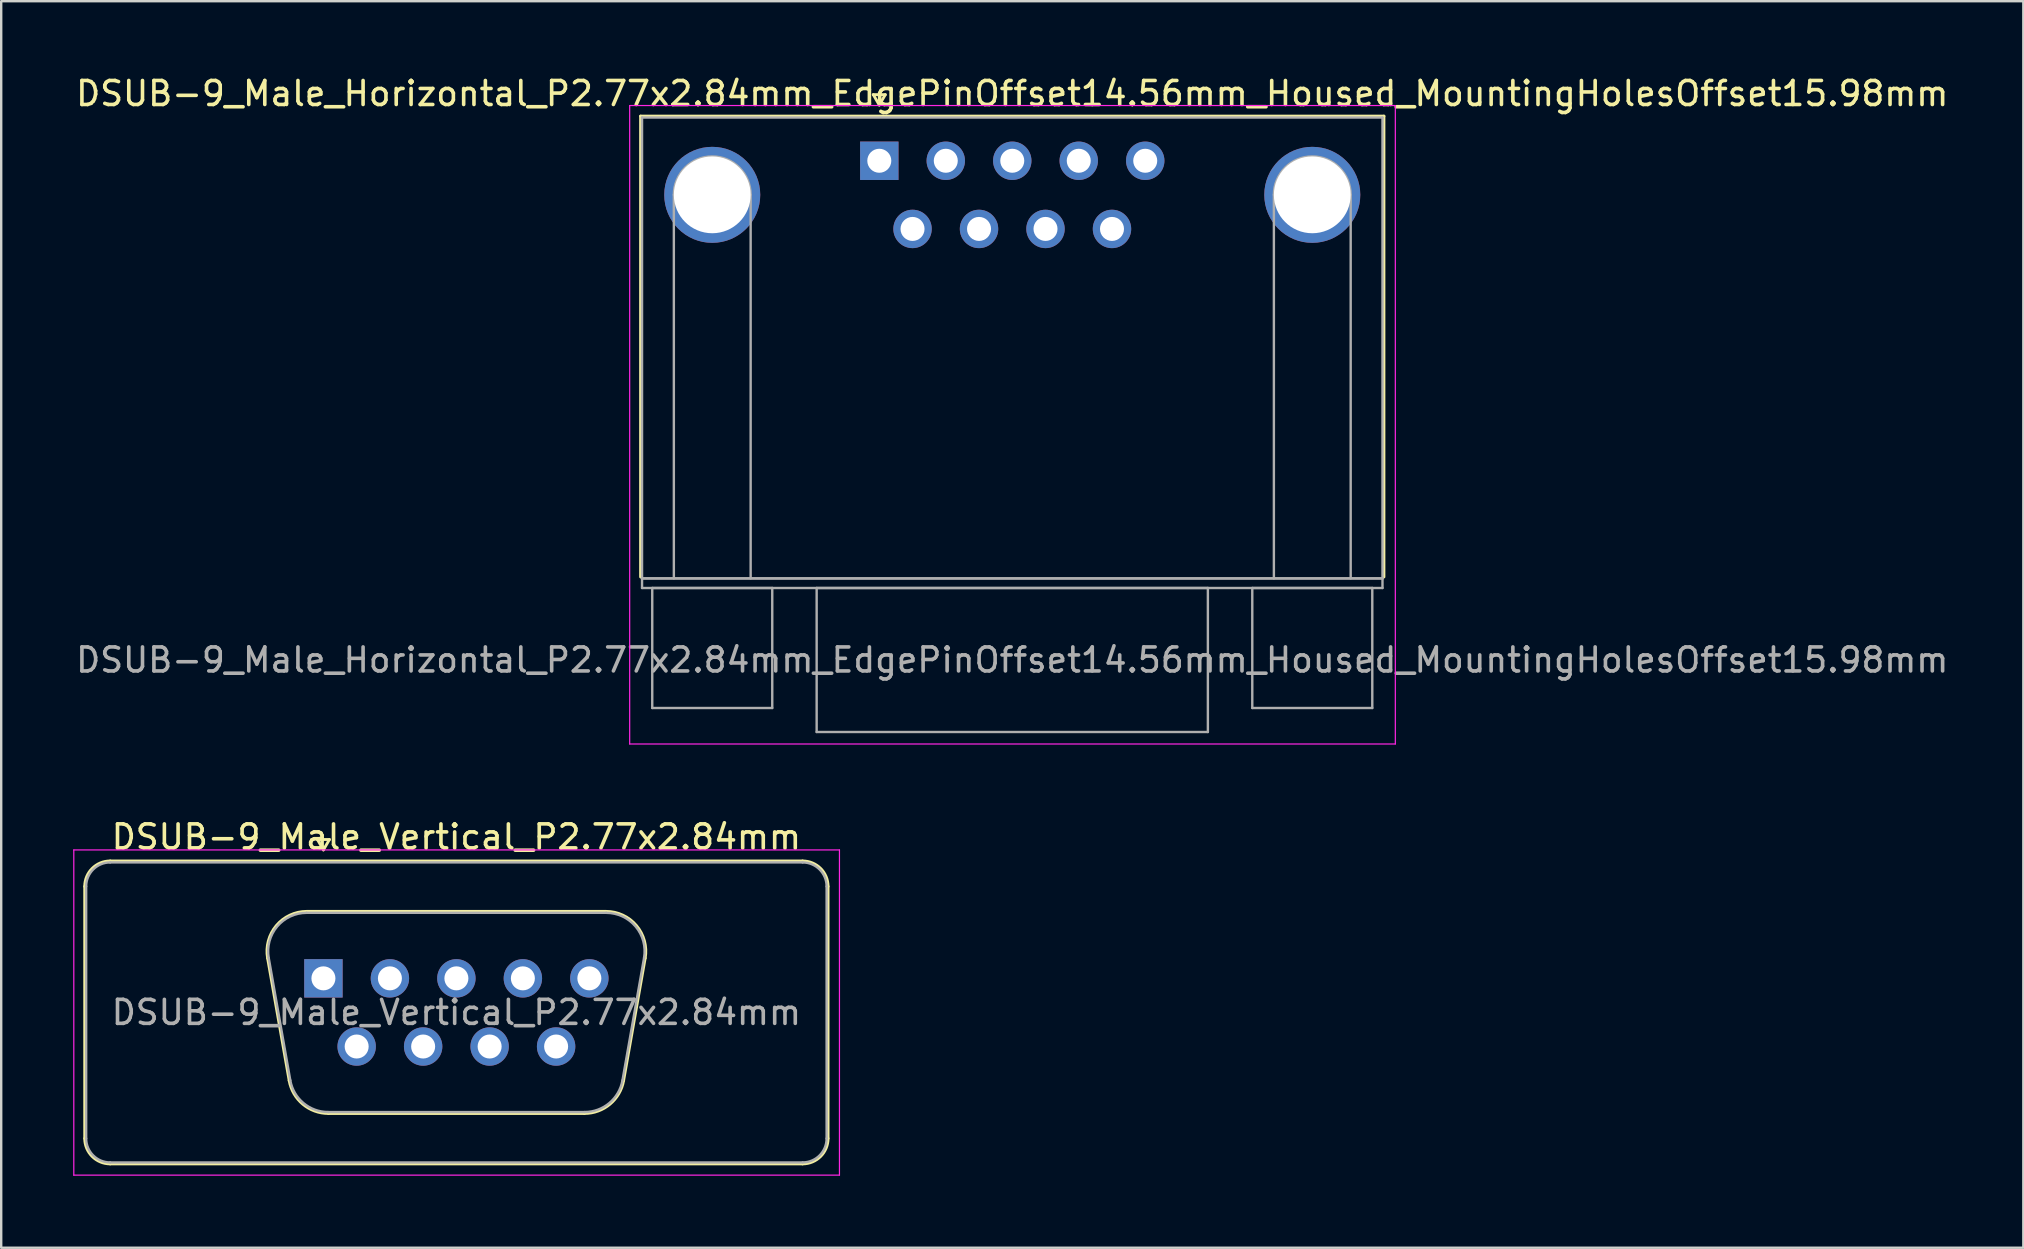
<source format=kicad_pcb>
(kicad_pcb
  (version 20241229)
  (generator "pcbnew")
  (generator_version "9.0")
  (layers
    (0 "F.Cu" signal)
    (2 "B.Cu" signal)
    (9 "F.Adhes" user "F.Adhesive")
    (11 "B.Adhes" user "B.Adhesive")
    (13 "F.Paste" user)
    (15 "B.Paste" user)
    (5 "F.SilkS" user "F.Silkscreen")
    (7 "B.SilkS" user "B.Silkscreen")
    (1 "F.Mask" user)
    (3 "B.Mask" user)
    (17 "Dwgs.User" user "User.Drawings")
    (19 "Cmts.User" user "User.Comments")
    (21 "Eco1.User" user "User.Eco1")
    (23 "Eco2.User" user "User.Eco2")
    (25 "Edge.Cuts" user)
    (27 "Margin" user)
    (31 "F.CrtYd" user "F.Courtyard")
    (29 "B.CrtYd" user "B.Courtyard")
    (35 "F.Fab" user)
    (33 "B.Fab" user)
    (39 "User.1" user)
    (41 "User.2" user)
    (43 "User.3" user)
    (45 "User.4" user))
  (footprint "DSUB-9_Male_Horizontal_P2.77x2.84mm_EdgePinOffset14.56mm_Housed_MountingHolesOffset15.98mm"
    (layer "F.Cu")
    (at 33.585 3.648)
    (property "Reference" "DSUB-9_Male_Horizontal_P2.77x2.84mm_EdgePinOffset14.56mm_Housed_MountingHolesOffset15.98mm" (at 5.54 -2.8 0) (layer "F.SilkS") (effects (font (size 1 1) (thickness 0.15))))
    (attr through_hole)
    (fp_line (start -9.945 -1.86) (end 21.025 -1.86) (stroke (width 0.12) (type solid)) (layer "F.SilkS"))
    (fp_line (start -9.945 17.34) (end -9.945 -1.86) (stroke (width 0.12) (type solid)) (layer "F.SilkS"))
    (fp_line (start -0.25 -2.754) (end 0.25 -2.754) (stroke (width 0.12) (type solid)) (layer "F.SilkS"))
    (fp_line (start 0 -2.321) (end -0.25 -2.754) (stroke (width 0.12) (type solid)) (layer "F.SilkS"))
    (fp_line (start 0.25 -2.754) (end 0 -2.321) (stroke (width 0.12) (type solid)) (layer "F.SilkS"))
    (fp_line (start 21.025 -1.86) (end 21.025 17.34) (stroke (width 0.12) (type solid)) (layer "F.SilkS"))
    (fp_line (start -10.4 -2.3) (end -10.4 24.3) (stroke (width 0.05) (type solid)) (layer "F.CrtYd"))
    (fp_line (start -10.4 24.3) (end 21.5 24.3) (stroke (width 0.05) (type solid)) (layer "F.CrtYd"))
    (fp_line (start 21.5 -2.3) (end -10.4 -2.3) (stroke (width 0.05) (type solid)) (layer "F.CrtYd"))
    (fp_line (start 21.5 24.3) (end 21.5 -2.3) (stroke (width 0.05) (type solid)) (layer "F.CrtYd"))
    (fp_line (start -9.885 -1.8) (end -9.885 17.4) (stroke (width 0.1) (type solid)) (layer "F.Fab"))
    (fp_line (start -9.885 17.4) (end -9.885 17.8) (stroke (width 0.1) (type solid)) (layer "F.Fab"))
    (fp_line (start -9.885 17.4) (end 20.965 17.4) (stroke (width 0.1) (type solid)) (layer "F.Fab"))
    (fp_line (start -9.885 17.8) (end 20.965 17.8) (stroke (width 0.1) (type solid)) (layer "F.Fab"))
    (fp_line (start -9.46 17.8) (end -9.46 22.8) (stroke (width 0.1) (type solid)) (layer "F.Fab"))
    (fp_line (start -9.46 22.8) (end -4.46 22.8) (stroke (width 0.1) (type solid)) (layer "F.Fab"))
    (fp_line (start -8.56 17.4) (end -8.56 1.42) (stroke (width 0.1) (type solid)) (layer "F.Fab"))
    (fp_line (start -5.36 17.4) (end -5.36 1.42) (stroke (width 0.1) (type solid)) (layer "F.Fab"))
    (fp_line (start -4.46 17.8) (end -9.46 17.8) (stroke (width 0.1) (type solid)) (layer "F.Fab"))
    (fp_line (start -4.46 22.8) (end -4.46 17.8) (stroke (width 0.1) (type solid)) (layer "F.Fab"))
    (fp_line (start -2.61 17.8) (end -2.61 23.8) (stroke (width 0.1) (type solid)) (layer "F.Fab"))
    (fp_line (start -2.61 23.8) (end 13.69 23.8) (stroke (width 0.1) (type solid)) (layer "F.Fab"))
    (fp_line (start 13.69 17.8) (end -2.61 17.8) (stroke (width 0.1) (type solid)) (layer "F.Fab"))
    (fp_line (start 13.69 23.8) (end 13.69 17.8) (stroke (width 0.1) (type solid)) (layer "F.Fab"))
    (fp_line (start 15.54 17.8) (end 15.54 22.8) (stroke (width 0.1) (type solid)) (layer "F.Fab"))
    (fp_line (start 15.54 22.8) (end 20.54 22.8) (stroke (width 0.1) (type solid)) (layer "F.Fab"))
    (fp_line (start 16.44 17.4) (end 16.44 1.42) (stroke (width 0.1) (type solid)) (layer "F.Fab"))
    (fp_line (start 19.64 17.4) (end 19.64 1.42) (stroke (width 0.1) (type solid)) (layer "F.Fab"))
    (fp_line (start 20.54 17.8) (end 15.54 17.8) (stroke (width 0.1) (type solid)) (layer "F.Fab"))
    (fp_line (start 20.54 22.8) (end 20.54 17.8) (stroke (width 0.1) (type solid)) (layer "F.Fab"))
    (fp_line (start 20.965 -1.8) (end -9.885 -1.8) (stroke (width 0.1) (type solid)) (layer "F.Fab"))
    (fp_line (start 20.965 17.4) (end -9.885 17.4) (stroke (width 0.1) (type solid)) (layer "F.Fab"))
    (fp_line (start 20.965 17.4) (end 20.965 -1.8) (stroke (width 0.1) (type solid)) (layer "F.Fab"))
    (fp_line (start 20.965 17.8) (end 20.965 17.4) (stroke (width 0.1) (type solid)) (layer "F.Fab"))
    (fp_arc (start -8.56 1.42) (mid -6.96 -0.18) (end -5.36 1.42) (stroke (width 0.1) (type solid)) (layer "F.Fab"))
    (fp_arc (start 16.44 1.42) (mid 18.04 -0.18) (end 19.64 1.42) (stroke (width 0.1) (type solid)) (layer "F.Fab"))
    (fp_text user "${REFERENCE}" (at 5.54 20.8 0) (layer "F.Fab") (effects (font (size 1 1) (thickness 0.15))))
    (pad "0" thru_hole circle (at -6.96 1.42) (size 4 4) (drill 3.2) (layers "*.Cu" "*.Mask"))
    (pad "0" thru_hole circle (at 18.04 1.42) (size 4 4) (drill 3.2) (layers "*.Cu" "*.Mask"))
    (pad "1" thru_hole rect (at 0 0) (size 1.6 1.6) (drill 1) (layers "*.Cu" "*.Mask"))
    (pad "2" thru_hole circle (at 2.77 0) (size 1.6 1.6) (drill 1) (layers "*.Cu" "*.Mask"))
    (pad "3" thru_hole circle (at 5.54 0) (size 1.6 1.6) (drill 1) (layers "*.Cu" "*.Mask"))
    (pad "4" thru_hole circle (at 8.31 0) (size 1.6 1.6) (drill 1) (layers "*.Cu" "*.Mask"))
    (pad "5" thru_hole circle (at 11.08 0) (size 1.6 1.6) (drill 1) (layers "*.Cu" "*.Mask"))
    (pad "6" thru_hole circle (at 1.385 2.84) (size 1.6 1.6) (drill 1) (layers "*.Cu" "*.Mask"))
    (pad "7" thru_hole circle (at 4.155 2.84) (size 1.6 1.6) (drill 1) (layers "*.Cu" "*.Mask"))
    (pad "8" thru_hole circle (at 6.925 2.84) (size 1.6 1.6) (drill 1) (layers "*.Cu" "*.Mask"))
    (pad "9" thru_hole circle (at 9.695 2.84) (size 1.6 1.6) (drill 1) (layers "*.Cu" "*.Mask")))
  (footprint "DSUB-9_Male_Vertical_P2.77x2.84mm"
    (layer "F.Cu")
    (at 10.425 37.712)
    (property "Reference" "DSUB-9_Male_Vertical_P2.77x2.84mm" (at 5.54 -5.89 0) (layer "F.SilkS") (effects (font (size 1 1) (thickness 0.15))))
    (attr through_hole)
    (fp_line (start -9.945 6.67) (end -9.945 -3.83) (stroke (width 0.12) (type solid)) (layer "F.SilkS"))
    (fp_line (start -8.885 -4.89) (end 19.965 -4.89) (stroke (width 0.12) (type solid)) (layer "F.SilkS"))
    (fp_line (start -2.326 -0.842) (end -1.427 4.258) (stroke (width 0.12) (type solid)) (layer "F.SilkS"))
    (fp_line (start -0.692 -2.79) (end 11.772 -2.79) (stroke (width 0.12) (type solid)) (layer "F.SilkS"))
    (fp_line (start -0.25 -5.784) (end 0.25 -5.784) (stroke (width 0.12) (type solid)) (layer "F.SilkS"))
    (fp_line (start 0 -5.351) (end -0.25 -5.784) (stroke (width 0.12) (type solid)) (layer "F.SilkS"))
    (fp_line (start 0.208 5.63) (end 10.872 5.63) (stroke (width 0.12) (type solid)) (layer "F.SilkS"))
    (fp_line (start 0.25 -5.784) (end 0 -5.351) (stroke (width 0.12) (type solid)) (layer "F.SilkS"))
    (fp_line (start 13.406 -0.842) (end 12.507 4.258) (stroke (width 0.12) (type solid)) (layer "F.SilkS"))
    (fp_line (start 19.965 7.73) (end -8.885 7.73) (stroke (width 0.12) (type solid)) (layer "F.SilkS"))
    (fp_line (start 21.025 -3.83) (end 21.025 6.67) (stroke (width 0.12) (type solid)) (layer "F.SilkS"))
    (fp_arc (start -9.945 -3.83) (mid -9.634533 -4.579533) (end -8.885 -4.89) (stroke (width 0.12) (type solid)) (layer "F.SilkS"))
    (fp_arc (start -8.885 7.73) (mid -9.634533 7.419533) (end -9.945 6.67) (stroke (width 0.12) (type solid)) (layer "F.SilkS"))
    (fp_arc (start -2.32647 -0.841744) (mid -1.963323 -2.197028) (end -0.691689 -2.79) (stroke (width 0.12) (type solid)) (layer "F.SilkS"))
    (fp_arc (start 0.207579 5.63) (mid -0.859448 5.241634) (end -1.427202 4.258256) (stroke (width 0.12) (type solid)) (layer "F.SilkS"))
    (fp_arc (start 11.771689 -2.79) (mid 13.043323 -2.197027) (end 13.40647 -0.841744) (stroke (width 0.12) (type solid)) (layer "F.SilkS"))
    (fp_arc (start 12.507202 4.258256) (mid 11.939449 5.241634) (end 10.872421 5.63) (stroke (width 0.12) (type solid)) (layer "F.SilkS"))
    (fp_arc (start 19.965 -4.89) (mid 20.714533 -4.579533) (end 21.025 -3.83) (stroke (width 0.12) (type solid)) (layer "F.SilkS"))
    (fp_arc (start 21.025 6.67) (mid 20.714533 7.419533) (end 19.965 7.73) (stroke (width 0.12) (type solid)) (layer "F.SilkS"))
    (fp_line (start -10.4 -5.35) (end -10.4 8.2) (stroke (width 0.05) (type solid)) (layer "F.CrtYd"))
    (fp_line (start -10.4 8.2) (end 21.5 8.2) (stroke (width 0.05) (type solid)) (layer "F.CrtYd"))
    (fp_line (start 21.5 -5.35) (end -10.4 -5.35) (stroke (width 0.05) (type solid)) (layer "F.CrtYd"))
    (fp_line (start 21.5 8.2) (end 21.5 -5.35) (stroke (width 0.05) (type solid)) (layer "F.CrtYd"))
    (fp_line (start -9.885 6.67) (end -9.885 -3.83) (stroke (width 0.1) (type solid)) (layer "F.Fab"))
    (fp_line (start -8.885 -4.83) (end 19.965 -4.83) (stroke (width 0.1) (type solid)) (layer "F.Fab"))
    (fp_line (start -2.279 -0.852) (end -1.38 4.248) (stroke (width 0.1) (type solid)) (layer "F.Fab"))
    (fp_line (start -0.703 -2.73) (end 11.783 -2.73) (stroke (width 0.1) (type solid)) (layer "F.Fab"))
    (fp_line (start 0.196 5.57) (end 10.884 5.57) (stroke (width 0.1) (type solid)) (layer "F.Fab"))
    (fp_line (start 13.359 -0.852) (end 12.46 4.248) (stroke (width 0.1) (type solid)) (layer "F.Fab"))
    (fp_line (start 19.965 7.67) (end -8.885 7.67) (stroke (width 0.1) (type solid)) (layer "F.Fab"))
    (fp_line (start 20.965 -3.83) (end 20.965 6.67) (stroke (width 0.1) (type solid)) (layer "F.Fab"))
    (fp_arc (start -9.885 -3.83) (mid -9.592107 -4.537107) (end -8.885 -4.83) (stroke (width 0.1) (type solid)) (layer "F.Fab"))
    (fp_arc (start -8.885 7.67) (mid -9.592107 7.377107) (end -9.885 6.67) (stroke (width 0.1) (type solid)) (layer "F.Fab"))
    (fp_arc (start -2.278886 -0.852163) (mid -1.928865 -2.15846) (end -0.703194 -2.73) (stroke (width 0.1) (type solid)) (layer "F.Fab"))
    (fp_arc (start 0.196073 5.57) (mid -0.832387 5.195671) (end -1.379619 4.247837) (stroke (width 0.1) (type solid)) (layer "F.Fab"))
    (fp_arc (start 11.783194 -2.73) (mid 13.008865 -2.15846) (end 13.358886 -0.852163) (stroke (width 0.1) (type solid)) (layer "F.Fab"))
    (fp_arc (start 12.459619 4.247837) (mid 11.912387 5.195671) (end 10.883927 5.57) (stroke (width 0.1) (type solid)) (layer "F.Fab"))
    (fp_arc (start 19.965 -4.83) (mid 20.672107 -4.537107) (end 20.965 -3.83) (stroke (width 0.1) (type solid)) (layer "F.Fab"))
    (fp_arc (start 20.965 6.67) (mid 20.672107 7.377107) (end 19.965 7.67) (stroke (width 0.1) (type solid)) (layer "F.Fab"))
    (fp_text user "${REFERENCE}" (at 5.54 1.42 0) (layer "F.Fab") (effects (font (size 1 1) (thickness 0.15))))
    (pad "1" thru_hole rect (at 0 0) (size 1.6 1.6) (drill 1) (layers "*.Cu" "*.Mask"))
    (pad "2" thru_hole circle (at 2.77 0) (size 1.6 1.6) (drill 1) (layers "*.Cu" "*.Mask"))
    (pad "3" thru_hole circle (at 5.54 0) (size 1.6 1.6) (drill 1) (layers "*.Cu" "*.Mask"))
    (pad "4" thru_hole circle (at 8.31 0) (size 1.6 1.6) (drill 1) (layers "*.Cu" "*.Mask"))
    (pad "5" thru_hole circle (at 11.08 0) (size 1.6 1.6) (drill 1) (layers "*.Cu" "*.Mask"))
    (pad "6" thru_hole circle (at 1.385 2.84) (size 1.6 1.6) (drill 1) (layers "*.Cu" "*.Mask"))
    (pad "7" thru_hole circle (at 4.155 2.84) (size 1.6 1.6) (drill 1) (layers "*.Cu" "*.Mask"))
    (pad "8" thru_hole circle (at 6.925 2.84) (size 1.6 1.6) (drill 1) (layers "*.Cu" "*.Mask"))
    (pad "9" thru_hole circle (at 9.695 2.84) (size 1.6 1.6) (drill 1) (layers "*.Cu" "*.Mask")))
  (gr_rect
    (start -3 -3)
    (end 81.25 48.937)
    (stroke (width 0.1) (type default))
    (fill no)
    (layer "Edge.Cuts")))
</source>
